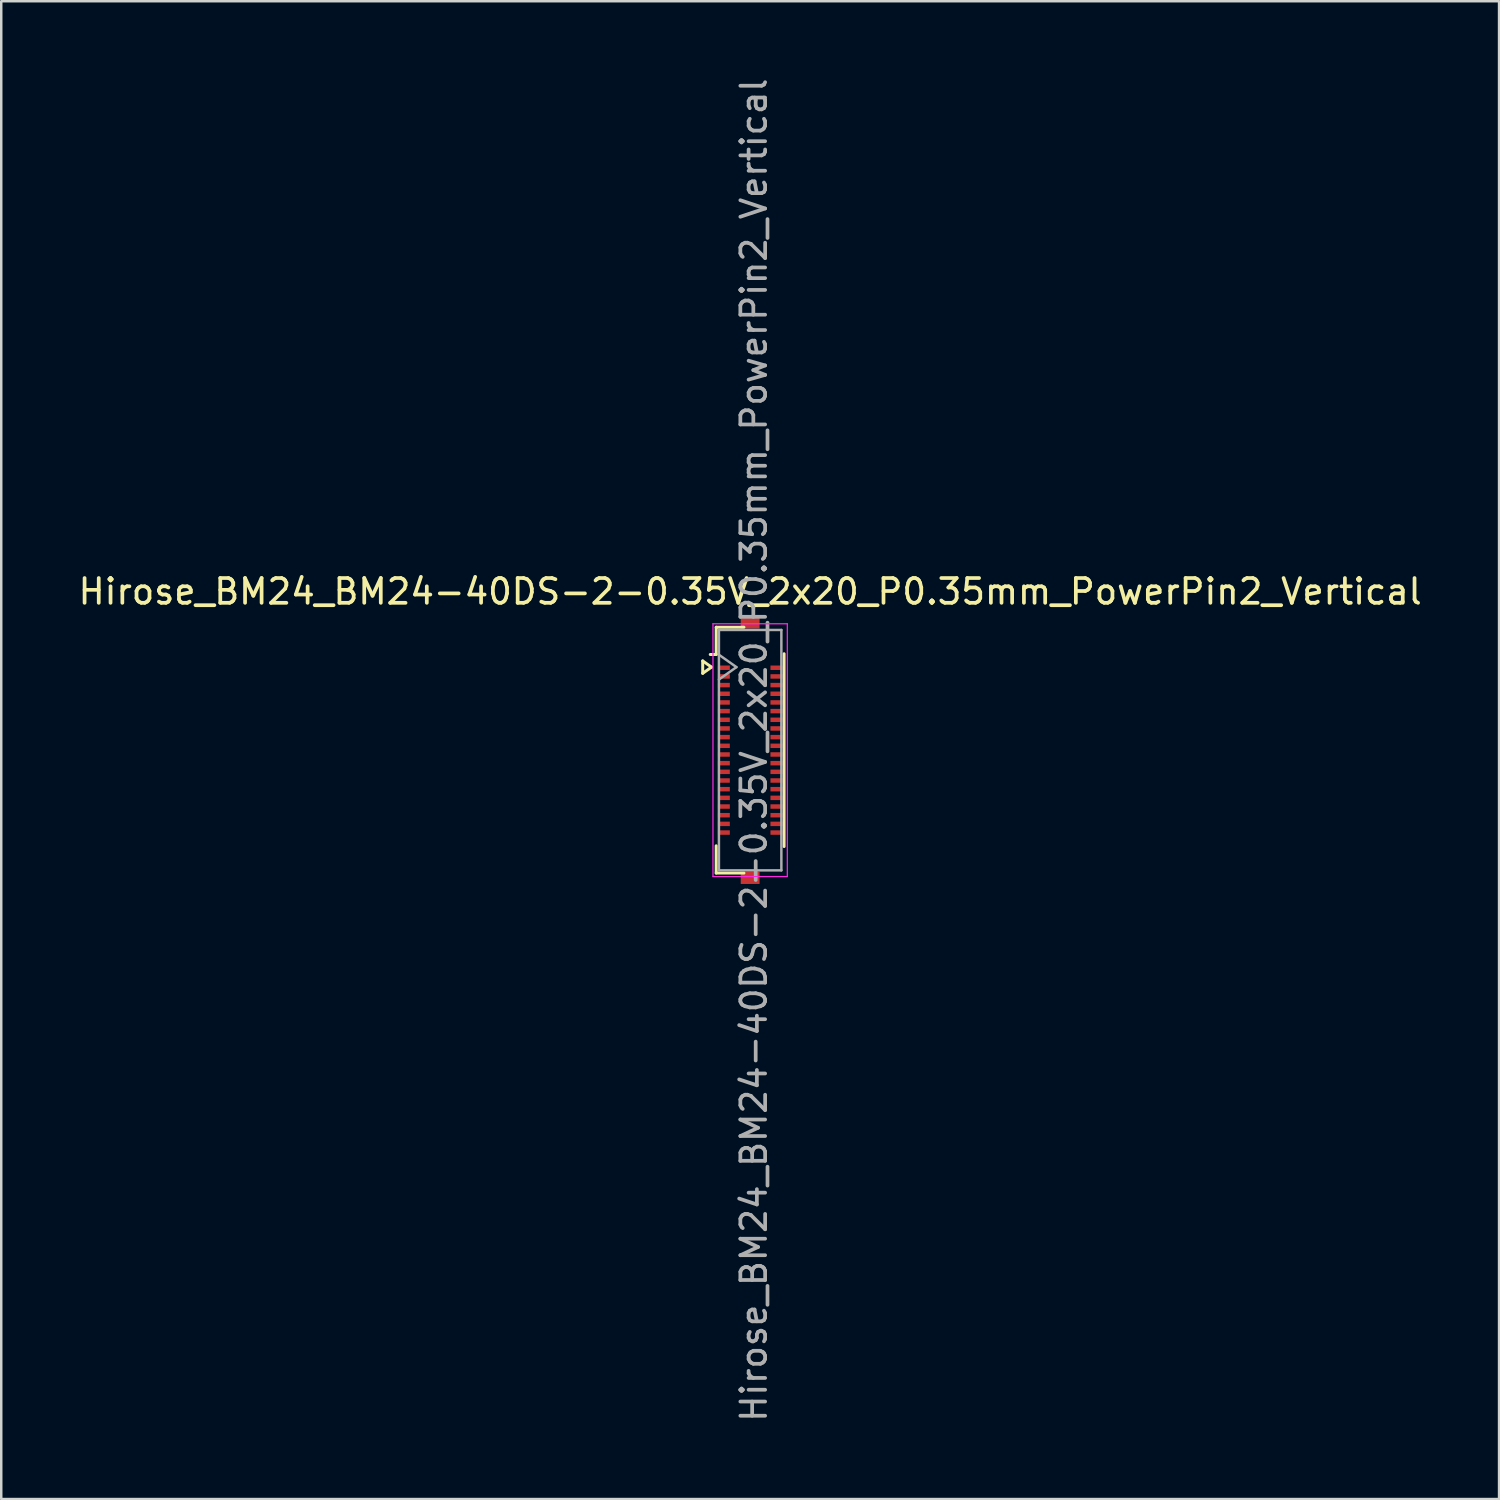
<source format=kicad_pcb>
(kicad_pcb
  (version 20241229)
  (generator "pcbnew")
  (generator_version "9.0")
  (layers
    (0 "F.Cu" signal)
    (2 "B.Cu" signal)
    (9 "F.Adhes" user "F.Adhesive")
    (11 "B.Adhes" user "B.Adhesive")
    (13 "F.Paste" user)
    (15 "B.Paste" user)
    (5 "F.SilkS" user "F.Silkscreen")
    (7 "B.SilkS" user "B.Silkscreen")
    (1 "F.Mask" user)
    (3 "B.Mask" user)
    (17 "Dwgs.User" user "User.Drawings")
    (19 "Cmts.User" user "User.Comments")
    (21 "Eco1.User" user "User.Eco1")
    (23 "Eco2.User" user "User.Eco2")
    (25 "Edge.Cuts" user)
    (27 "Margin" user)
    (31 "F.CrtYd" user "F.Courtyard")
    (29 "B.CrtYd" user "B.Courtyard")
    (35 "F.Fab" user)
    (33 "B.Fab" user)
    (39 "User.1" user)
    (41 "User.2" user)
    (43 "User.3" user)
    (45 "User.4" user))
  (footprint "Hirose_BM24_BM24-40DS-2-0.35V_2x20_P0.35mm_PowerPin2_Vertical"
    (layer "F.Cu")
    (at 27.22 27.22)
    (property "Reference" "Hirose_BM24_BM24-40DS-2-0.35V_2x20_P0.35mm_PowerPin2_Vertical" (at 0 -6.4 0) (layer "F.SilkS") (effects (font (size 1 1) (thickness 0.15))))
    (attr smd)
    (fp_line (start -1.914 -3.6) (end -1.56 -3.35) (stroke (width 0.12) (type solid)) (layer "F.SilkS"))
    (fp_line (start -1.914 -3.1) (end -1.914 -3.6) (stroke (width 0.12) (type solid)) (layer "F.SilkS"))
    (fp_line (start -1.56 -3.35) (end -1.914 -3.1) (stroke (width 0.12) (type solid)) (layer "F.SilkS"))
    (fp_line (start -1.37 -4.96) (end -1.37 -3.86) (stroke (width 0.12) (type solid)) (layer "F.SilkS"))
    (fp_line (start -1.37 -3.86) (end -1.61 -3.86) (stroke (width 0.12) (type solid)) (layer "F.SilkS"))
    (fp_line (start -1.37 4.96) (end -1.37 3.86) (stroke (width 0.12) (type solid)) (layer "F.SilkS"))
    (fp_line (start -0.25 -4.96) (end -1.37 -4.96) (stroke (width 0.12) (type solid)) (layer "F.SilkS"))
    (fp_line (start -0.25 4.96) (end -1.37 4.96) (stroke (width 0.12) (type solid)) (layer "F.SilkS"))
    (fp_line (start 1.37 -3.89) (end 1.37 3.89) (stroke (width 0.12) (type solid)) (layer "F.SilkS"))
    (fp_line (start -1.5 -5.1) (end 1.5 -5.1) (stroke (width 0.05) (type solid)) (layer "F.CrtYd"))
    (fp_line (start -1.5 5.1) (end -1.5 -5.1) (stroke (width 0.05) (type solid)) (layer "F.CrtYd"))
    (fp_line (start 1.5 -5.1) (end 1.5 5.1) (stroke (width 0.05) (type solid)) (layer "F.CrtYd"))
    (fp_line (start 1.5 5.1) (end -1.5 5.1) (stroke (width 0.05) (type solid)) (layer "F.CrtYd"))
    (fp_line (start -1.26 -4.85) (end -1.26 4.85) (stroke (width 0.1) (type solid)) (layer "F.Fab"))
    (fp_line (start -1.26 -4.85) (end 1.26 -4.85) (stroke (width 0.1) (type solid)) (layer "F.Fab"))
    (fp_line (start -1.26 -3.85) (end -0.553 -3.35) (stroke (width 0.1) (type solid)) (layer "F.Fab"))
    (fp_line (start -1.26 4.85) (end 1.26 4.85) (stroke (width 0.1) (type solid)) (layer "F.Fab"))
    (fp_line (start -0.553 -3.35) (end -1.26 -2.85) (stroke (width 0.1) (type solid)) (layer "F.Fab"))
    (fp_line (start 1.26 -4.85) (end 1.26 4.85) (stroke (width 0.1) (type solid)) (layer "F.Fab"))
    (fp_text user "${REFERENCE}" (at 0.15 0 90) (layer "F.Fab") (effects (font (size 1 1) (thickness 0.15))))
    (pad "1" smd rect (at -1.06 -3.325 90) (size 0.18 0.48) (layers "F.Cu" "F.Mask" "F.Paste"))
    (pad "2" smd rect (at 1.06 -3.325 90) (size 0.18 0.48) (layers "F.Cu" "F.Mask" "F.Paste"))
    (pad "3" smd rect (at -1.06 -2.975 90) (size 0.18 0.48) (layers "F.Cu" "F.Mask" "F.Paste"))
    (pad "4" smd rect (at 1.06 -2.975 90) (size 0.18 0.48) (layers "F.Cu" "F.Mask" "F.Paste"))
    (pad "5" smd rect (at -1.06 -2.625 90) (size 0.18 0.48) (layers "F.Cu" "F.Mask" "F.Paste"))
    (pad "6" smd rect (at 1.06 -2.625 90) (size 0.18 0.48) (layers "F.Cu" "F.Mask" "F.Paste"))
    (pad "7" smd rect (at -1.06 -2.275 90) (size 0.18 0.48) (layers "F.Cu" "F.Mask" "F.Paste"))
    (pad "8" smd rect (at 1.06 -2.275 90) (size 0.18 0.48) (layers "F.Cu" "F.Mask" "F.Paste"))
    (pad "9" smd rect (at -1.06 -1.925 90) (size 0.18 0.48) (layers "F.Cu" "F.Mask" "F.Paste"))
    (pad "10" smd rect (at 1.06 -1.925 90) (size 0.18 0.48) (layers "F.Cu" "F.Mask" "F.Paste"))
    (pad "11" smd rect (at -1.06 -1.575 90) (size 0.18 0.48) (layers "F.Cu" "F.Mask" "F.Paste"))
    (pad "12" smd rect (at 1.06 -1.575 90) (size 0.18 0.48) (layers "F.Cu" "F.Mask" "F.Paste"))
    (pad "13" smd rect (at -1.06 -1.225 90) (size 0.18 0.48) (layers "F.Cu" "F.Mask" "F.Paste"))
    (pad "14" smd rect (at 1.06 -1.225 90) (size 0.18 0.48) (layers "F.Cu" "F.Mask" "F.Paste"))
    (pad "15" smd rect (at -1.06 -0.875 90) (size 0.18 0.48) (layers "F.Cu" "F.Mask" "F.Paste"))
    (pad "16" smd rect (at 1.06 -0.875 90) (size 0.18 0.48) (layers "F.Cu" "F.Mask" "F.Paste"))
    (pad "17" smd rect (at -1.06 -0.525 90) (size 0.18 0.48) (layers "F.Cu" "F.Mask" "F.Paste"))
    (pad "18" smd rect (at 1.06 -0.525 90) (size 0.18 0.48) (layers "F.Cu" "F.Mask" "F.Paste"))
    (pad "19" smd rect (at -1.06 -0.175 90) (size 0.18 0.48) (layers "F.Cu" "F.Mask" "F.Paste"))
    (pad "20" smd rect (at 1.06 -0.175 90) (size 0.18 0.48) (layers "F.Cu" "F.Mask" "F.Paste"))
    (pad "21" smd rect (at -1.06 0.175 90) (size 0.18 0.48) (layers "F.Cu" "F.Mask" "F.Paste"))
    (pad "22" smd rect (at 1.06 0.175 90) (size 0.18 0.48) (layers "F.Cu" "F.Mask" "F.Paste"))
    (pad "23" smd rect (at -1.06 0.525 90) (size 0.18 0.48) (layers "F.Cu" "F.Mask" "F.Paste"))
    (pad "24" smd rect (at 1.06 0.525 90) (size 0.18 0.48) (layers "F.Cu" "F.Mask" "F.Paste"))
    (pad "25" smd rect (at -1.06 0.875 90) (size 0.18 0.48) (layers "F.Cu" "F.Mask" "F.Paste"))
    (pad "26" smd rect (at 1.06 0.875 90) (size 0.18 0.48) (layers "F.Cu" "F.Mask" "F.Paste"))
    (pad "27" smd rect (at -1.06 1.225 90) (size 0.18 0.48) (layers "F.Cu" "F.Mask" "F.Paste"))
    (pad "28" smd rect (at 1.06 1.225 90) (size 0.18 0.48) (layers "F.Cu" "F.Mask" "F.Paste"))
    (pad "29" smd rect (at -1.06 1.575 90) (size 0.18 0.48) (layers "F.Cu" "F.Mask" "F.Paste"))
    (pad "30" smd rect (at 1.06 1.575 90) (size 0.18 0.48) (layers "F.Cu" "F.Mask" "F.Paste"))
    (pad "31" smd rect (at -1.06 1.925 90) (size 0.18 0.48) (layers "F.Cu" "F.Mask" "F.Paste"))
    (pad "32" smd rect (at 1.06 1.925 90) (size 0.18 0.48) (layers "F.Cu" "F.Mask" "F.Paste"))
    (pad "33" smd rect (at -1.06 2.275 90) (size 0.18 0.48) (layers "F.Cu" "F.Mask" "F.Paste"))
    (pad "34" smd rect (at 1.06 2.275 90) (size 0.18 0.48) (layers "F.Cu" "F.Mask" "F.Paste"))
    (pad "35" smd rect (at -1.06 2.625 90) (size 0.18 0.48) (layers "F.Cu" "F.Mask" "F.Paste"))
    (pad "36" smd rect (at 1.06 2.625 90) (size 0.18 0.48) (layers "F.Cu" "F.Mask" "F.Paste"))
    (pad "37" smd rect (at -1.06 2.975 90) (size 0.18 0.48) (layers "F.Cu" "F.Mask" "F.Paste"))
    (pad "38" smd rect (at 1.06 2.975 90) (size 0.18 0.48) (layers "F.Cu" "F.Mask" "F.Paste"))
    (pad "39" smd rect (at -1.06 3.325 90) (size 0.18 0.48) (layers "F.Cu" "F.Mask" "F.Paste"))
    (pad "40" smd rect (at 1.06 3.325 90) (size 0.18 0.48) (layers "F.Cu" "F.Mask" "F.Paste"))
    (pad "41" smd rect (at 0 -5.155 90) (size 0.49 0.76) (layers "F.Cu" "F.Mask" "F.Paste"))
    (pad "42" smd rect (at 0 5.155 90) (size 0.49 0.76) (layers "F.Cu" "F.Mask" "F.Paste")))
  (gr_rect
    (start -3 -3)
    (end 57.44 57.44)
    (stroke (width 0.1) (type default))
    (fill no)
    (layer "Edge.Cuts")))
</source>
